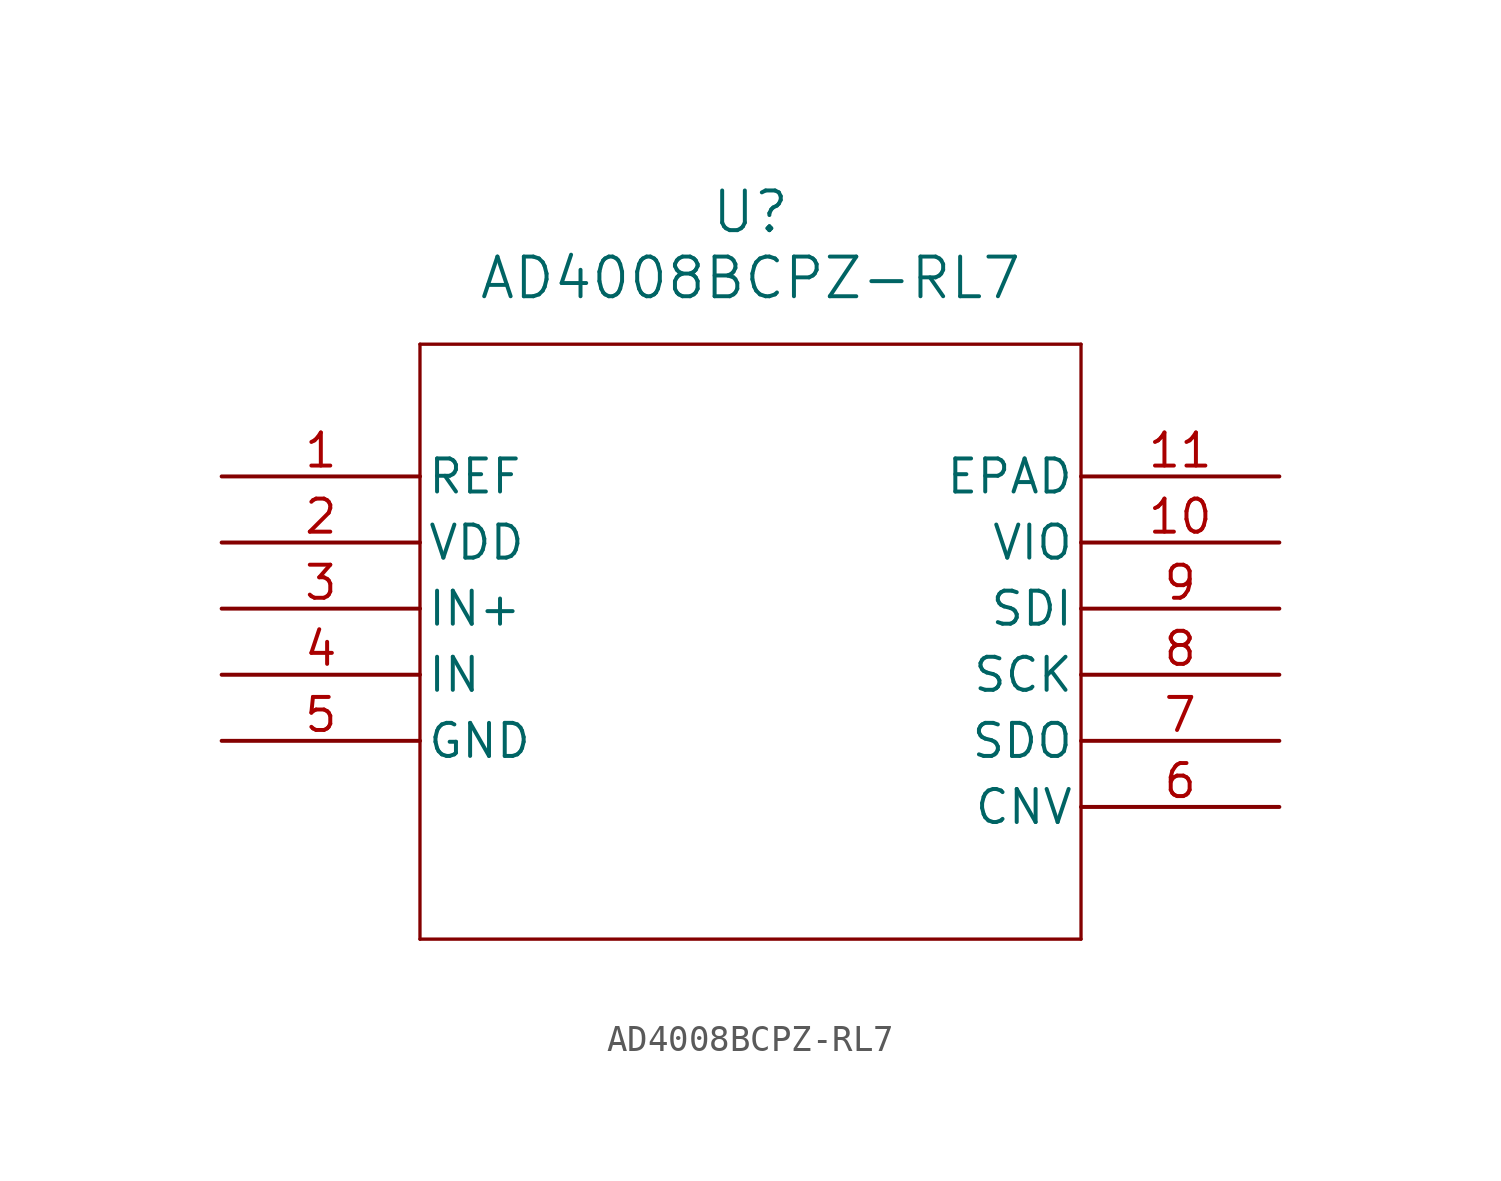
<source format=kicad_sym>
(kicad_symbol_lib
  (version 20211014)
  (generator kicad_symbol_editor)
  (symbol "AD4008BCPZ-RL7"
    (pin_names
      (offset 0.254))
    (property "Reference" "U"
      (at 20.32 10.16 0)
      (effects (font (size 1.524 1.524))))
    (property "Value" "AD4008BCPZ-RL7"
      (at 20.32 7.62 0)
      (effects (font (size 1.524 1.524))))
    (symbol "AD4008BCPZ-RL7_0_1"
      (polyline (pts (xy 7.62 5.08) (xy 7.62 -17.78)) (stroke (width 0.127) (type default) (color 0 0 0 0)) (fill (type none)))
      (polyline (pts (xy 7.62 -17.78) (xy 33.02 -17.78)) (stroke (width 0.127) (type default) (color 0 0 0 0)) (fill (type none)))
      (polyline (pts (xy 33.02 -17.78) (xy 33.02 5.08)) (stroke (width 0.127) (type default) (color 0 0 0 0)) (fill (type none)))
      (polyline (pts (xy 33.02 5.08) (xy 7.62 5.08)) (stroke (width 0.127) (type default) (color 0 0 0 0)) (fill (type none)))
      (pin unspecified line (at 0 0 0) (length 7.62) (name "REF" (effects (font (size 1.27 1.27)))) (number "1" (effects (font (size 1.27 1.27)))))
      (pin power_in line (at 0 -2.54 0) (length 7.62) (name "VDD" (effects (font (size 1.27 1.27)))) (number "2" (effects (font (size 1.27 1.27)))))
      (pin input line (at 0 -5.08 0) (length 7.62) (name "IN+" (effects (font (size 1.27 1.27)))) (number "3" (effects (font (size 1.27 1.27)))))
      (pin unspecified line (at 0 -7.62 0) (length 7.62) (name "IN" (effects (font (size 1.27 1.27)))) (number "4" (effects (font (size 1.27 1.27)))))
      (pin power_out line (at 0 -10.16 0) (length 7.62) (name "GND" (effects (font (size 1.27 1.27)))) (number "5" (effects (font (size 1.27 1.27)))))
      (pin unspecified line (at 40.64 -12.7 180) (length 7.62) (name "CNV" (effects (font (size 1.27 1.27)))) (number "6" (effects (font (size 1.27 1.27)))))
      (pin unspecified line (at 40.64 -10.16 180) (length 7.62) (name "SDO" (effects (font (size 1.27 1.27)))) (number "7" (effects (font (size 1.27 1.27)))))
      (pin unspecified line (at 40.64 -7.62 180) (length 7.62) (name "SCK" (effects (font (size 1.27 1.27)))) (number "8" (effects (font (size 1.27 1.27)))))
      (pin unspecified line (at 40.64 -5.08 180) (length 7.62) (name "SDI" (effects (font (size 1.27 1.27)))) (number "9" (effects (font (size 1.27 1.27)))))
      (pin unspecified line (at 40.64 -2.54 180) (length 7.62) (name "VIO" (effects (font (size 1.27 1.27)))) (number "10" (effects (font (size 1.27 1.27)))))
      (pin unspecified line (at 40.64 0 180) (length 7.62) (name "EPAD" (effects (font (size 1.27 1.27)))) (number "11" (effects (font (size 1.27 1.27))))))))
</source>
